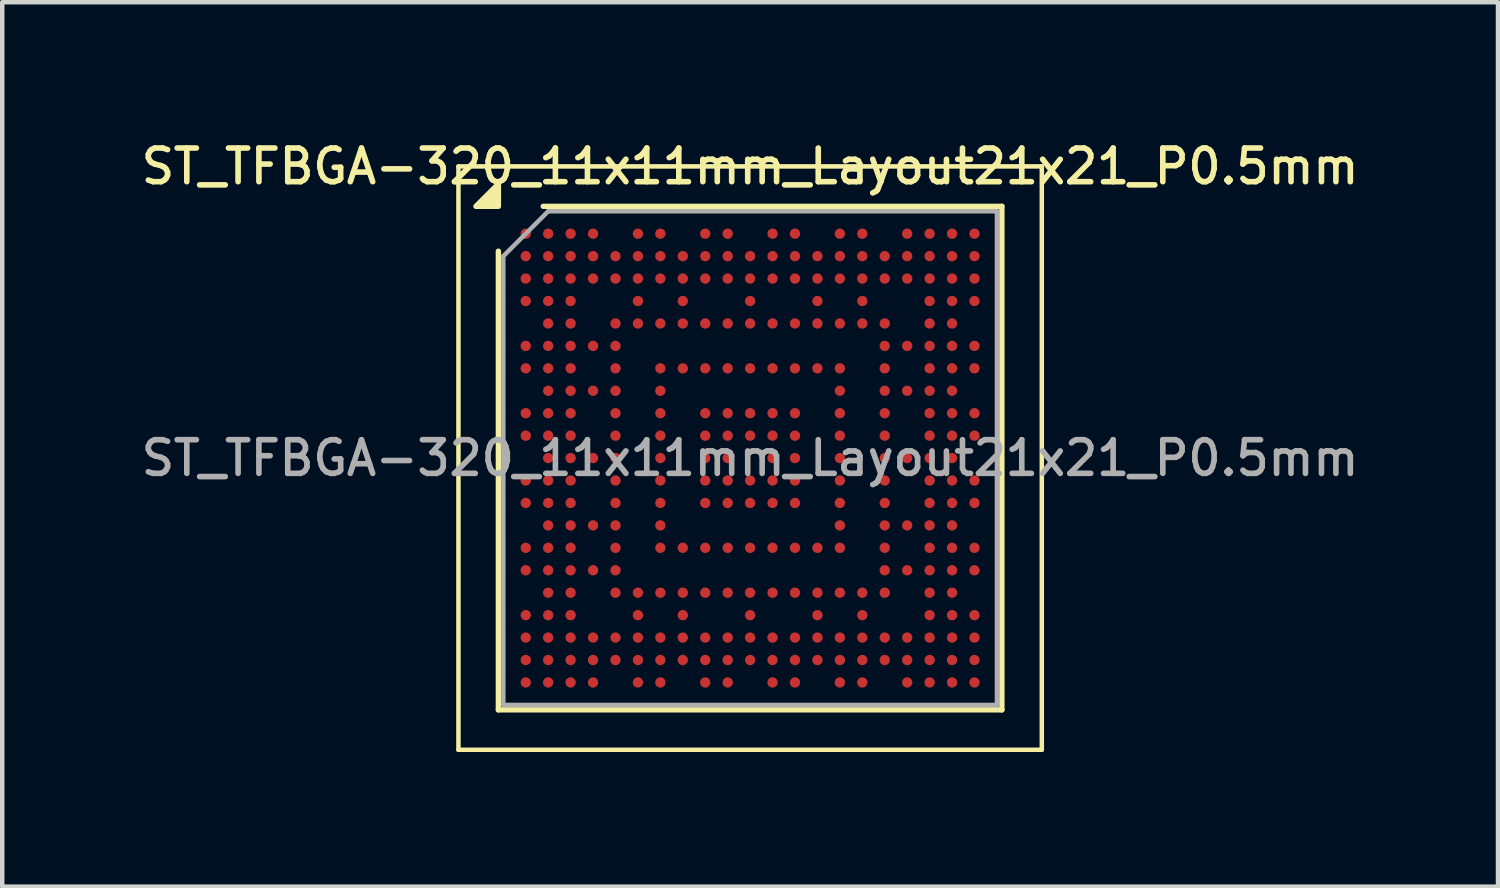
<source format=kicad_pcb>
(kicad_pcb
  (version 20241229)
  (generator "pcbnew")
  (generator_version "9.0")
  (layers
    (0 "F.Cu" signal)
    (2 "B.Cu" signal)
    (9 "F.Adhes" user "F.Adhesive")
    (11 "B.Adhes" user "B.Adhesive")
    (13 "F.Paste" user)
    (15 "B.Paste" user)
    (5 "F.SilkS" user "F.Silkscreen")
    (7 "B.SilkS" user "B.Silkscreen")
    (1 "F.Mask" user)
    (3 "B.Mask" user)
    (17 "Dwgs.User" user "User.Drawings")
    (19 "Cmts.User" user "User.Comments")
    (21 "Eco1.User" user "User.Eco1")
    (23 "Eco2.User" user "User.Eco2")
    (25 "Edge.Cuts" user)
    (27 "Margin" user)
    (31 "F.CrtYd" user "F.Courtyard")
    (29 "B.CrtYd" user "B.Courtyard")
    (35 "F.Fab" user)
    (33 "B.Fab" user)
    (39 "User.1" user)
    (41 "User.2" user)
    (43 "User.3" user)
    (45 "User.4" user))
  (footprint "ST_TFBGA-320_11x11mm_Layout21x21_P0.5mm"
    (layer "F.Cu")
    (at 13.666 7.158)
    (property "Reference" "ST_TFBGA-320_11x11mm_Layout21x21_P0.5mm" (at 0 -6.5 0) (layer "F.SilkS") (effects (font (size 0.75 0.75) (thickness 0.125))))
    (attr smd)
    (fp_line (start -6.5 -6.5) (end -6.5 6.5) (stroke (width 0.1) (type solid)) (layer "F.SilkS"))
    (fp_line (start -6.5 6.5) (end 6.5 6.5) (stroke (width 0.1) (type solid)) (layer "F.SilkS"))
    (fp_line (start -5.61 5.61) (end -5.61 -4.61) (stroke (width 0.12) (type solid)) (layer "F.SilkS"))
    (fp_line (start -4.61 -5.61) (end 5.61 -5.61) (stroke (width 0.12) (type solid)) (layer "F.SilkS"))
    (fp_line (start 5.61 -5.61) (end 5.61 5.61) (stroke (width 0.12) (type solid)) (layer "F.SilkS"))
    (fp_line (start 5.61 5.61) (end -5.61 5.61) (stroke (width 0.12) (type solid)) (layer "F.SilkS"))
    (fp_line (start 6.5 -6.5) (end -6.5 -6.5) (stroke (width 0.1) (type solid)) (layer "F.SilkS"))
    (fp_line (start 6.5 6.5) (end 6.5 -6.5) (stroke (width 0.1) (type solid)) (layer "F.SilkS"))
    (fp_poly (pts (xy -5.61 -5.61) (xy -6.11 -5.61) (xy -5.61 -6.11) (xy -5.61 -5.61)) (stroke (width 0.12) (type solid)) (fill yes) (layer "F.SilkS"))
    (fp_line (start -5.5 -4.5) (end -4.5 -5.5) (stroke (width 0.1) (type solid)) (layer "F.Fab"))
    (fp_line (start -5.5 5.5) (end -5.5 -4.5) (stroke (width 0.1) (type solid)) (layer "F.Fab"))
    (fp_line (start -4.5 -5.5) (end 5.5 -5.5) (stroke (width 0.1) (type solid)) (layer "F.Fab"))
    (fp_line (start 5.5 -5.5) (end 5.5 5.5) (stroke (width 0.1) (type solid)) (layer "F.Fab"))
    (fp_line (start 5.5 5.5) (end -5.5 5.5) (stroke (width 0.1) (type solid)) (layer "F.Fab"))
    (fp_text user "${REFERENCE}" (at 0 0 0) (layer "F.Fab") (effects (font (size 0.75 0.75) (thickness 0.125))))
    (pad "A1" smd circle (at -5 -5) (size 0.23 0.23) (property pad_prop_bga) (layers "F.Cu" "F.Mask" "F.Paste"))
    (pad "A2" smd circle (at -4.5 -5) (size 0.23 0.23) (property pad_prop_bga) (layers "F.Cu" "F.Mask" "F.Paste"))
    (pad "A3" smd circle (at -4 -5) (size 0.23 0.23) (property pad_prop_bga) (layers "F.Cu" "F.Mask" "F.Paste"))
    (pad "A4" smd circle (at -3.5 -5) (size 0.23 0.23) (property pad_prop_bga) (layers "F.Cu" "F.Mask" "F.Paste"))
    (pad "A6" smd circle (at -2.5 -5) (size 0.23 0.23) (property pad_prop_bga) (layers "F.Cu" "F.Mask" "F.Paste"))
    (pad "A7" smd circle (at -2 -5) (size 0.23 0.23) (property pad_prop_bga) (layers "F.Cu" "F.Mask" "F.Paste"))
    (pad "A9" smd circle (at -1 -5) (size 0.23 0.23) (property pad_prop_bga) (layers "F.Cu" "F.Mask" "F.Paste"))
    (pad "A10" smd circle (at -0.5 -5) (size 0.23 0.23) (property pad_prop_bga) (layers "F.Cu" "F.Mask" "F.Paste"))
    (pad "A12" smd circle (at 0.5 -5) (size 0.23 0.23) (property pad_prop_bga) (layers "F.Cu" "F.Mask" "F.Paste"))
    (pad "A13" smd circle (at 1 -5) (size 0.23 0.23) (property pad_prop_bga) (layers "F.Cu" "F.Mask" "F.Paste"))
    (pad "A15" smd circle (at 2 -5) (size 0.23 0.23) (property pad_prop_bga) (layers "F.Cu" "F.Mask" "F.Paste"))
    (pad "A16" smd circle (at 2.5 -5) (size 0.23 0.23) (property pad_prop_bga) (layers "F.Cu" "F.Mask" "F.Paste"))
    (pad "A18" smd circle (at 3.5 -5) (size 0.23 0.23) (property pad_prop_bga) (layers "F.Cu" "F.Mask" "F.Paste"))
    (pad "A19" smd circle (at 4 -5) (size 0.23 0.23) (property pad_prop_bga) (layers "F.Cu" "F.Mask" "F.Paste"))
    (pad "A20" smd circle (at 4.5 -5) (size 0.23 0.23) (property pad_prop_bga) (layers "F.Cu" "F.Mask" "F.Paste"))
    (pad "A21" smd circle (at 5 -5) (size 0.23 0.23) (property pad_prop_bga) (layers "F.Cu" "F.Mask" "F.Paste"))
    (pad "AA1" smd circle (at -5 5) (size 0.23 0.23) (property pad_prop_bga) (layers "F.Cu" "F.Mask" "F.Paste"))
    (pad "AA2" smd circle (at -4.5 5) (size 0.23 0.23) (property pad_prop_bga) (layers "F.Cu" "F.Mask" "F.Paste"))
    (pad "AA3" smd circle (at -4 5) (size 0.23 0.23) (property pad_prop_bga) (layers "F.Cu" "F.Mask" "F.Paste"))
    (pad "AA4" smd circle (at -3.5 5) (size 0.23 0.23) (property pad_prop_bga) (layers "F.Cu" "F.Mask" "F.Paste"))
    (pad "AA6" smd circle (at -2.5 5) (size 0.23 0.23) (property pad_prop_bga) (layers "F.Cu" "F.Mask" "F.Paste"))
    (pad "AA7" smd circle (at -2 5) (size 0.23 0.23) (property pad_prop_bga) (layers "F.Cu" "F.Mask" "F.Paste"))
    (pad "AA9" smd circle (at -1 5) (size 0.23 0.23) (property pad_prop_bga) (layers "F.Cu" "F.Mask" "F.Paste"))
    (pad "AA10" smd circle (at -0.5 5) (size 0.23 0.23) (property pad_prop_bga) (layers "F.Cu" "F.Mask" "F.Paste"))
    (pad "AA12" smd circle (at 0.5 5) (size 0.23 0.23) (property pad_prop_bga) (layers "F.Cu" "F.Mask" "F.Paste"))
    (pad "AA13" smd circle (at 1 5) (size 0.23 0.23) (property pad_prop_bga) (layers "F.Cu" "F.Mask" "F.Paste"))
    (pad "AA15" smd circle (at 2 5) (size 0.23 0.23) (property pad_prop_bga) (layers "F.Cu" "F.Mask" "F.Paste"))
    (pad "AA16" smd circle (at 2.5 5) (size 0.23 0.23) (property pad_prop_bga) (layers "F.Cu" "F.Mask" "F.Paste"))
    (pad "AA18" smd circle (at 3.5 5) (size 0.23 0.23) (property pad_prop_bga) (layers "F.Cu" "F.Mask" "F.Paste"))
    (pad "AA19" smd circle (at 4 5) (size 0.23 0.23) (property pad_prop_bga) (layers "F.Cu" "F.Mask" "F.Paste"))
    (pad "AA20" smd circle (at 4.5 5) (size 0.23 0.23) (property pad_prop_bga) (layers "F.Cu" "F.Mask" "F.Paste"))
    (pad "AA21" smd circle (at 5 5) (size 0.23 0.23) (property pad_prop_bga) (layers "F.Cu" "F.Mask" "F.Paste"))
    (pad "B1" smd circle (at -5 -4.5) (size 0.23 0.23) (property pad_prop_bga) (layers "F.Cu" "F.Mask" "F.Paste"))
    (pad "B2" smd circle (at -4.5 -4.5) (size 0.23 0.23) (property pad_prop_bga) (layers "F.Cu" "F.Mask" "F.Paste"))
    (pad "B3" smd circle (at -4 -4.5) (size 0.23 0.23) (property pad_prop_bga) (layers "F.Cu" "F.Mask" "F.Paste"))
    (pad "B4" smd circle (at -3.5 -4.5) (size 0.23 0.23) (property pad_prop_bga) (layers "F.Cu" "F.Mask" "F.Paste"))
    (pad "B5" smd circle (at -3 -4.5) (size 0.23 0.23) (property pad_prop_bga) (layers "F.Cu" "F.Mask" "F.Paste"))
    (pad "B6" smd circle (at -2.5 -4.5) (size 0.23 0.23) (property pad_prop_bga) (layers "F.Cu" "F.Mask" "F.Paste"))
    (pad "B7" smd circle (at -2 -4.5) (size 0.23 0.23) (property pad_prop_bga) (layers "F.Cu" "F.Mask" "F.Paste"))
    (pad "B8" smd circle (at -1.5 -4.5) (size 0.23 0.23) (property pad_prop_bga) (layers "F.Cu" "F.Mask" "F.Paste"))
    (pad "B9" smd circle (at -1 -4.5) (size 0.23 0.23) (property pad_prop_bga) (layers "F.Cu" "F.Mask" "F.Paste"))
    (pad "B10" smd circle (at -0.5 -4.5) (size 0.23 0.23) (property pad_prop_bga) (layers "F.Cu" "F.Mask" "F.Paste"))
    (pad "B11" smd circle (at 0 -4.5) (size 0.23 0.23) (property pad_prop_bga) (layers "F.Cu" "F.Mask" "F.Paste"))
    (pad "B12" smd circle (at 0.5 -4.5) (size 0.23 0.23) (property pad_prop_bga) (layers "F.Cu" "F.Mask" "F.Paste"))
    (pad "B13" smd circle (at 1 -4.5) (size 0.23 0.23) (property pad_prop_bga) (layers "F.Cu" "F.Mask" "F.Paste"))
    (pad "B14" smd circle (at 1.5 -4.5) (size 0.23 0.23) (property pad_prop_bga) (layers "F.Cu" "F.Mask" "F.Paste"))
    (pad "B15" smd circle (at 2 -4.5) (size 0.23 0.23) (property pad_prop_bga) (layers "F.Cu" "F.Mask" "F.Paste"))
    (pad "B16" smd circle (at 2.5 -4.5) (size 0.23 0.23) (property pad_prop_bga) (layers "F.Cu" "F.Mask" "F.Paste"))
    (pad "B17" smd circle (at 3 -4.5) (size 0.23 0.23) (property pad_prop_bga) (layers "F.Cu" "F.Mask" "F.Paste"))
    (pad "B18" smd circle (at 3.5 -4.5) (size 0.23 0.23) (property pad_prop_bga) (layers "F.Cu" "F.Mask" "F.Paste"))
    (pad "B19" smd circle (at 4 -4.5) (size 0.23 0.23) (property pad_prop_bga) (layers "F.Cu" "F.Mask" "F.Paste"))
    (pad "B20" smd circle (at 4.5 -4.5) (size 0.23 0.23) (property pad_prop_bga) (layers "F.Cu" "F.Mask" "F.Paste"))
    (pad "B21" smd circle (at 5 -4.5) (size 0.23 0.23) (property pad_prop_bga) (layers "F.Cu" "F.Mask" "F.Paste"))
    (pad "C1" smd circle (at -5 -4) (size 0.23 0.23) (property pad_prop_bga) (layers "F.Cu" "F.Mask" "F.Paste"))
    (pad "C2" smd circle (at -4.5 -4) (size 0.23 0.23) (property pad_prop_bga) (layers "F.Cu" "F.Mask" "F.Paste"))
    (pad "C3" smd circle (at -4 -4) (size 0.23 0.23) (property pad_prop_bga) (layers "F.Cu" "F.Mask" "F.Paste"))
    (pad "C4" smd circle (at -3.5 -4) (size 0.23 0.23) (property pad_prop_bga) (layers "F.Cu" "F.Mask" "F.Paste"))
    (pad "C5" smd circle (at -3 -4) (size 0.23 0.23) (property pad_prop_bga) (layers "F.Cu" "F.Mask" "F.Paste"))
    (pad "C6" smd circle (at -2.5 -4) (size 0.23 0.23) (property pad_prop_bga) (layers "F.Cu" "F.Mask" "F.Paste"))
    (pad "C7" smd circle (at -2 -4) (size 0.23 0.23) (property pad_prop_bga) (layers "F.Cu" "F.Mask" "F.Paste"))
    (pad "C8" smd circle (at -1.5 -4) (size 0.23 0.23) (property pad_prop_bga) (layers "F.Cu" "F.Mask" "F.Paste"))
    (pad "C9" smd circle (at -1 -4) (size 0.23 0.23) (property pad_prop_bga) (layers "F.Cu" "F.Mask" "F.Paste"))
    (pad "C10" smd circle (at -0.5 -4) (size 0.23 0.23) (property pad_prop_bga) (layers "F.Cu" "F.Mask" "F.Paste"))
    (pad "C11" smd circle (at 0 -4) (size 0.23 0.23) (property pad_prop_bga) (layers "F.Cu" "F.Mask" "F.Paste"))
    (pad "C12" smd circle (at 0.5 -4) (size 0.23 0.23) (property pad_prop_bga) (layers "F.Cu" "F.Mask" "F.Paste"))
    (pad "C13" smd circle (at 1 -4) (size 0.23 0.23) (property pad_prop_bga) (layers "F.Cu" "F.Mask" "F.Paste"))
    (pad "C14" smd circle (at 1.5 -4) (size 0.23 0.23) (property pad_prop_bga) (layers "F.Cu" "F.Mask" "F.Paste"))
    (pad "C15" smd circle (at 2 -4) (size 0.23 0.23) (property pad_prop_bga) (layers "F.Cu" "F.Mask" "F.Paste"))
    (pad "C16" smd circle (at 2.5 -4) (size 0.23 0.23) (property pad_prop_bga) (layers "F.Cu" "F.Mask" "F.Paste"))
    (pad "C17" smd circle (at 3 -4) (size 0.23 0.23) (property pad_prop_bga) (layers "F.Cu" "F.Mask" "F.Paste"))
    (pad "C18" smd circle (at 3.5 -4) (size 0.23 0.23) (property pad_prop_bga) (layers "F.Cu" "F.Mask" "F.Paste"))
    (pad "C19" smd circle (at 4 -4) (size 0.23 0.23) (property pad_prop_bga) (layers "F.Cu" "F.Mask" "F.Paste"))
    (pad "C20" smd circle (at 4.5 -4) (size 0.23 0.23) (property pad_prop_bga) (layers "F.Cu" "F.Mask" "F.Paste"))
    (pad "C21" smd circle (at 5 -4) (size 0.23 0.23) (property pad_prop_bga) (layers "F.Cu" "F.Mask" "F.Paste"))
    (pad "D1" smd circle (at -5 -3.5) (size 0.23 0.23) (property pad_prop_bga) (layers "F.Cu" "F.Mask" "F.Paste"))
    (pad "D2" smd circle (at -4.5 -3.5) (size 0.23 0.23) (property pad_prop_bga) (layers "F.Cu" "F.Mask" "F.Paste"))
    (pad "D3" smd circle (at -4 -3.5) (size 0.23 0.23) (property pad_prop_bga) (layers "F.Cu" "F.Mask" "F.Paste"))
    (pad "D6" smd circle (at -2.5 -3.5) (size 0.23 0.23) (property pad_prop_bga) (layers "F.Cu" "F.Mask" "F.Paste"))
    (pad "D8" smd circle (at -1.5 -3.5) (size 0.23 0.23) (property pad_prop_bga) (layers "F.Cu" "F.Mask" "F.Paste"))
    (pad "D11" smd circle (at 0 -3.5) (size 0.23 0.23) (property pad_prop_bga) (layers "F.Cu" "F.Mask" "F.Paste"))
    (pad "D14" smd circle (at 1.5 -3.5) (size 0.23 0.23) (property pad_prop_bga) (layers "F.Cu" "F.Mask" "F.Paste"))
    (pad "D16" smd circle (at 2.5 -3.5) (size 0.23 0.23) (property pad_prop_bga) (layers "F.Cu" "F.Mask" "F.Paste"))
    (pad "D19" smd circle (at 4 -3.5) (size 0.23 0.23) (property pad_prop_bga) (layers "F.Cu" "F.Mask" "F.Paste"))
    (pad "D20" smd circle (at 4.5 -3.5) (size 0.23 0.23) (property pad_prop_bga) (layers "F.Cu" "F.Mask" "F.Paste"))
    (pad "D21" smd circle (at 5 -3.5) (size 0.23 0.23) (property pad_prop_bga) (layers "F.Cu" "F.Mask" "F.Paste"))
    (pad "E2" smd circle (at -4.5 -3) (size 0.23 0.23) (property pad_prop_bga) (layers "F.Cu" "F.Mask" "F.Paste"))
    (pad "E3" smd circle (at -4 -3) (size 0.23 0.23) (property pad_prop_bga) (layers "F.Cu" "F.Mask" "F.Paste"))
    (pad "E5" smd circle (at -3 -3) (size 0.23 0.23) (property pad_prop_bga) (layers "F.Cu" "F.Mask" "F.Paste"))
    (pad "E6" smd circle (at -2.5 -3) (size 0.23 0.23) (property pad_prop_bga) (layers "F.Cu" "F.Mask" "F.Paste"))
    (pad "E7" smd circle (at -2 -3) (size 0.23 0.23) (property pad_prop_bga) (layers "F.Cu" "F.Mask" "F.Paste"))
    (pad "E8" smd circle (at -1.5 -3) (size 0.23 0.23) (property pad_prop_bga) (layers "F.Cu" "F.Mask" "F.Paste"))
    (pad "E9" smd circle (at -1 -3) (size 0.23 0.23) (property pad_prop_bga) (layers "F.Cu" "F.Mask" "F.Paste"))
    (pad "E10" smd circle (at -0.5 -3) (size 0.23 0.23) (property pad_prop_bga) (layers "F.Cu" "F.Mask" "F.Paste"))
    (pad "E11" smd circle (at 0 -3) (size 0.23 0.23) (property pad_prop_bga) (layers "F.Cu" "F.Mask" "F.Paste"))
    (pad "E12" smd circle (at 0.5 -3) (size 0.23 0.23) (property pad_prop_bga) (layers "F.Cu" "F.Mask" "F.Paste"))
    (pad "E13" smd circle (at 1 -3) (size 0.23 0.23) (property pad_prop_bga) (layers "F.Cu" "F.Mask" "F.Paste"))
    (pad "E14" smd circle (at 1.5 -3) (size 0.23 0.23) (property pad_prop_bga) (layers "F.Cu" "F.Mask" "F.Paste"))
    (pad "E15" smd circle (at 2 -3) (size 0.23 0.23) (property pad_prop_bga) (layers "F.Cu" "F.Mask" "F.Paste"))
    (pad "E16" smd circle (at 2.5 -3) (size 0.23 0.23) (property pad_prop_bga) (layers "F.Cu" "F.Mask" "F.Paste"))
    (pad "E17" smd circle (at 3 -3) (size 0.23 0.23) (property pad_prop_bga) (layers "F.Cu" "F.Mask" "F.Paste"))
    (pad "E19" smd circle (at 4 -3) (size 0.23 0.23) (property pad_prop_bga) (layers "F.Cu" "F.Mask" "F.Paste"))
    (pad "E20" smd circle (at 4.5 -3) (size 0.23 0.23) (property pad_prop_bga) (layers "F.Cu" "F.Mask" "F.Paste"))
    (pad "F1" smd circle (at -5 -2.5) (size 0.23 0.23) (property pad_prop_bga) (layers "F.Cu" "F.Mask" "F.Paste"))
    (pad "F2" smd circle (at -4.5 -2.5) (size 0.23 0.23) (property pad_prop_bga) (layers "F.Cu" "F.Mask" "F.Paste"))
    (pad "F3" smd circle (at -4 -2.5) (size 0.23 0.23) (property pad_prop_bga) (layers "F.Cu" "F.Mask" "F.Paste"))
    (pad "F4" smd circle (at -3.5 -2.5) (size 0.23 0.23) (property pad_prop_bga) (layers "F.Cu" "F.Mask" "F.Paste"))
    (pad "F5" smd circle (at -3 -2.5) (size 0.23 0.23) (property pad_prop_bga) (layers "F.Cu" "F.Mask" "F.Paste"))
    (pad "F17" smd circle (at 3 -2.5) (size 0.23 0.23) (property pad_prop_bga) (layers "F.Cu" "F.Mask" "F.Paste"))
    (pad "F18" smd circle (at 3.5 -2.5) (size 0.23 0.23) (property pad_prop_bga) (layers "F.Cu" "F.Mask" "F.Paste"))
    (pad "F19" smd circle (at 4 -2.5) (size 0.23 0.23) (property pad_prop_bga) (layers "F.Cu" "F.Mask" "F.Paste"))
    (pad "F20" smd circle (at 4.5 -2.5) (size 0.23 0.23) (property pad_prop_bga) (layers "F.Cu" "F.Mask" "F.Paste"))
    (pad "F21" smd circle (at 5 -2.5) (size 0.23 0.23) (property pad_prop_bga) (layers "F.Cu" "F.Mask" "F.Paste"))
    (pad "G1" smd circle (at -5 -2) (size 0.23 0.23) (property pad_prop_bga) (layers "F.Cu" "F.Mask" "F.Paste"))
    (pad "G2" smd circle (at -4.5 -2) (size 0.23 0.23) (property pad_prop_bga) (layers "F.Cu" "F.Mask" "F.Paste"))
    (pad "G3" smd circle (at -4 -2) (size 0.23 0.23) (property pad_prop_bga) (layers "F.Cu" "F.Mask" "F.Paste"))
    (pad "G5" smd circle (at -3 -2) (size 0.23 0.23) (property pad_prop_bga) (layers "F.Cu" "F.Mask" "F.Paste"))
    (pad "G7" smd circle (at -2 -2) (size 0.23 0.23) (property pad_prop_bga) (layers "F.Cu" "F.Mask" "F.Paste"))
    (pad "G8" smd circle (at -1.5 -2) (size 0.23 0.23) (property pad_prop_bga) (layers "F.Cu" "F.Mask" "F.Paste"))
    (pad "G9" smd circle (at -1 -2) (size 0.23 0.23) (property pad_prop_bga) (layers "F.Cu" "F.Mask" "F.Paste"))
    (pad "G10" smd circle (at -0.5 -2) (size 0.23 0.23) (property pad_prop_bga) (layers "F.Cu" "F.Mask" "F.Paste"))
    (pad "G11" smd circle (at 0 -2) (size 0.23 0.23) (property pad_prop_bga) (layers "F.Cu" "F.Mask" "F.Paste"))
    (pad "G12" smd circle (at 0.5 -2) (size 0.23 0.23) (property pad_prop_bga) (layers "F.Cu" "F.Mask" "F.Paste"))
    (pad "G13" smd circle (at 1 -2) (size 0.23 0.23) (property pad_prop_bga) (layers "F.Cu" "F.Mask" "F.Paste"))
    (pad "G14" smd circle (at 1.5 -2) (size 0.23 0.23) (property pad_prop_bga) (layers "F.Cu" "F.Mask" "F.Paste"))
    (pad "G15" smd circle (at 2 -2) (size 0.23 0.23) (property pad_prop_bga) (layers "F.Cu" "F.Mask" "F.Paste"))
    (pad "G17" smd circle (at 3 -2) (size 0.23 0.23) (property pad_prop_bga) (layers "F.Cu" "F.Mask" "F.Paste"))
    (pad "G19" smd circle (at 4 -2) (size 0.23 0.23) (property pad_prop_bga) (layers "F.Cu" "F.Mask" "F.Paste"))
    (pad "G20" smd circle (at 4.5 -2) (size 0.23 0.23) (property pad_prop_bga) (layers "F.Cu" "F.Mask" "F.Paste"))
    (pad "G21" smd circle (at 5 -2) (size 0.23 0.23) (property pad_prop_bga) (layers "F.Cu" "F.Mask" "F.Paste"))
    (pad "H2" smd circle (at -4.5 -1.5) (size 0.23 0.23) (property pad_prop_bga) (layers "F.Cu" "F.Mask" "F.Paste"))
    (pad "H3" smd circle (at -4 -1.5) (size 0.23 0.23) (property pad_prop_bga) (layers "F.Cu" "F.Mask" "F.Paste"))
    (pad "H4" smd circle (at -3.5 -1.5) (size 0.23 0.23) (property pad_prop_bga) (layers "F.Cu" "F.Mask" "F.Paste"))
    (pad "H5" smd circle (at -3 -1.5) (size 0.23 0.23) (property pad_prop_bga) (layers "F.Cu" "F.Mask" "F.Paste"))
    (pad "H7" smd circle (at -2 -1.5) (size 0.23 0.23) (property pad_prop_bga) (layers "F.Cu" "F.Mask" "F.Paste"))
    (pad "H15" smd circle (at 2 -1.5) (size 0.23 0.23) (property pad_prop_bga) (layers "F.Cu" "F.Mask" "F.Paste"))
    (pad "H17" smd circle (at 3 -1.5) (size 0.23 0.23) (property pad_prop_bga) (layers "F.Cu" "F.Mask" "F.Paste"))
    (pad "H18" smd circle (at 3.5 -1.5) (size 0.23 0.23) (property pad_prop_bga) (layers "F.Cu" "F.Mask" "F.Paste"))
    (pad "H19" smd circle (at 4 -1.5) (size 0.23 0.23) (property pad_prop_bga) (layers "F.Cu" "F.Mask" "F.Paste"))
    (pad "H20" smd circle (at 4.5 -1.5) (size 0.23 0.23) (property pad_prop_bga) (layers "F.Cu" "F.Mask" "F.Paste"))
    (pad "J1" smd circle (at -5 -1) (size 0.23 0.23) (property pad_prop_bga) (layers "F.Cu" "F.Mask" "F.Paste"))
    (pad "J2" smd circle (at -4.5 -1) (size 0.23 0.23) (property pad_prop_bga) (layers "F.Cu" "F.Mask" "F.Paste"))
    (pad "J3" smd circle (at -4 -1) (size 0.23 0.23) (property pad_prop_bga) (layers "F.Cu" "F.Mask" "F.Paste"))
    (pad "J5" smd circle (at -3 -1) (size 0.23 0.23) (property pad_prop_bga) (layers "F.Cu" "F.Mask" "F.Paste"))
    (pad "J7" smd circle (at -2 -1) (size 0.23 0.23) (property pad_prop_bga) (layers "F.Cu" "F.Mask" "F.Paste"))
    (pad "J9" smd circle (at -1 -1) (size 0.23 0.23) (property pad_prop_bga) (layers "F.Cu" "F.Mask" "F.Paste"))
    (pad "J10" smd circle (at -0.5 -1) (size 0.23 0.23) (property pad_prop_bga) (layers "F.Cu" "F.Mask" "F.Paste"))
    (pad "J11" smd circle (at 0 -1) (size 0.23 0.23) (property pad_prop_bga) (layers "F.Cu" "F.Mask" "F.Paste"))
    (pad "J12" smd circle (at 0.5 -1) (size 0.23 0.23) (property pad_prop_bga) (layers "F.Cu" "F.Mask" "F.Paste"))
    (pad "J13" smd circle (at 1 -1) (size 0.23 0.23) (property pad_prop_bga) (layers "F.Cu" "F.Mask" "F.Paste"))
    (pad "J15" smd circle (at 2 -1) (size 0.23 0.23) (property pad_prop_bga) (layers "F.Cu" "F.Mask" "F.Paste"))
    (pad "J17" smd circle (at 3 -1) (size 0.23 0.23) (property pad_prop_bga) (layers "F.Cu" "F.Mask" "F.Paste"))
    (pad "J19" smd circle (at 4 -1) (size 0.23 0.23) (property pad_prop_bga) (layers "F.Cu" "F.Mask" "F.Paste"))
    (pad "J20" smd circle (at 4.5 -1) (size 0.23 0.23) (property pad_prop_bga) (layers "F.Cu" "F.Mask" "F.Paste"))
    (pad "J21" smd circle (at 5 -1) (size 0.23 0.23) (property pad_prop_bga) (layers "F.Cu" "F.Mask" "F.Paste"))
    (pad "K1" smd circle (at -5 -0.5) (size 0.23 0.23) (property pad_prop_bga) (layers "F.Cu" "F.Mask" "F.Paste"))
    (pad "K2" smd circle (at -4.5 -0.5) (size 0.23 0.23) (property pad_prop_bga) (layers "F.Cu" "F.Mask" "F.Paste"))
    (pad "K3" smd circle (at -4 -0.5) (size 0.23 0.23) (property pad_prop_bga) (layers "F.Cu" "F.Mask" "F.Paste"))
    (pad "K5" smd circle (at -3 -0.5) (size 0.23 0.23) (property pad_prop_bga) (layers "F.Cu" "F.Mask" "F.Paste"))
    (pad "K7" smd circle (at -2 -0.5) (size 0.23 0.23) (property pad_prop_bga) (layers "F.Cu" "F.Mask" "F.Paste"))
    (pad "K9" smd circle (at -1 -0.5) (size 0.23 0.23) (property pad_prop_bga) (layers "F.Cu" "F.Mask" "F.Paste"))
    (pad "K10" smd circle (at -0.5 -0.5) (size 0.23 0.23) (property pad_prop_bga) (layers "F.Cu" "F.Mask" "F.Paste"))
    (pad "K11" smd circle (at 0 -0.5) (size 0.23 0.23) (property pad_prop_bga) (layers "F.Cu" "F.Mask" "F.Paste"))
    (pad "K12" smd circle (at 0.5 -0.5) (size 0.23 0.23) (property pad_prop_bga) (layers "F.Cu" "F.Mask" "F.Paste"))
    (pad "K13" smd circle (at 1 -0.5) (size 0.23 0.23) (property pad_prop_bga) (layers "F.Cu" "F.Mask" "F.Paste"))
    (pad "K15" smd circle (at 2 -0.5) (size 0.23 0.23) (property pad_prop_bga) (layers "F.Cu" "F.Mask" "F.Paste"))
    (pad "K17" smd circle (at 3 -0.5) (size 0.23 0.23) (property pad_prop_bga) (layers "F.Cu" "F.Mask" "F.Paste"))
    (pad "K19" smd circle (at 4 -0.5) (size 0.23 0.23) (property pad_prop_bga) (layers "F.Cu" "F.Mask" "F.Paste"))
    (pad "K20" smd circle (at 4.5 -0.5) (size 0.23 0.23) (property pad_prop_bga) (layers "F.Cu" "F.Mask" "F.Paste"))
    (pad "K21" smd circle (at 5 -0.5) (size 0.23 0.23) (property pad_prop_bga) (layers "F.Cu" "F.Mask" "F.Paste"))
    (pad "L2" smd circle (at -4.5 0) (size 0.23 0.23) (property pad_prop_bga) (layers "F.Cu" "F.Mask" "F.Paste"))
    (pad "L3" smd circle (at -4 0) (size 0.23 0.23) (property pad_prop_bga) (layers "F.Cu" "F.Mask" "F.Paste"))
    (pad "L4" smd circle (at -3.5 0) (size 0.23 0.23) (property pad_prop_bga) (layers "F.Cu" "F.Mask" "F.Paste"))
    (pad "L5" smd circle (at -3 0) (size 0.23 0.23) (property pad_prop_bga) (layers "F.Cu" "F.Mask" "F.Paste"))
    (pad "L7" smd circle (at -2 0) (size 0.23 0.23) (property pad_prop_bga) (layers "F.Cu" "F.Mask" "F.Paste"))
    (pad "L9" smd circle (at -1 0) (size 0.23 0.23) (property pad_prop_bga) (layers "F.Cu" "F.Mask" "F.Paste"))
    (pad "L10" smd circle (at -0.5 0) (size 0.23 0.23) (property pad_prop_bga) (layers "F.Cu" "F.Mask" "F.Paste"))
    (pad "L12" smd circle (at 0.5 0) (size 0.23 0.23) (property pad_prop_bga) (layers "F.Cu" "F.Mask" "F.Paste"))
    (pad "L13" smd circle (at 1 0) (size 0.23 0.23) (property pad_prop_bga) (layers "F.Cu" "F.Mask" "F.Paste"))
    (pad "L15" smd circle (at 2 0) (size 0.23 0.23) (property pad_prop_bga) (layers "F.Cu" "F.Mask" "F.Paste"))
    (pad "L17" smd circle (at 3 0) (size 0.23 0.23) (property pad_prop_bga) (layers "F.Cu" "F.Mask" "F.Paste"))
    (pad "L18" smd circle (at 3.5 0) (size 0.23 0.23) (property pad_prop_bga) (layers "F.Cu" "F.Mask" "F.Paste"))
    (pad "L19" smd circle (at 4 0) (size 0.23 0.23) (property pad_prop_bga) (layers "F.Cu" "F.Mask" "F.Paste"))
    (pad "L20" smd circle (at 4.5 0) (size 0.23 0.23) (property pad_prop_bga) (layers "F.Cu" "F.Mask" "F.Paste"))
    (pad "M1" smd circle (at -5 0.5) (size 0.23 0.23) (property pad_prop_bga) (layers "F.Cu" "F.Mask" "F.Paste"))
    (pad "M2" smd circle (at -4.5 0.5) (size 0.23 0.23) (property pad_prop_bga) (layers "F.Cu" "F.Mask" "F.Paste"))
    (pad "M3" smd circle (at -4 0.5) (size 0.23 0.23) (property pad_prop_bga) (layers "F.Cu" "F.Mask" "F.Paste"))
    (pad "M5" smd circle (at -3 0.5) (size 0.23 0.23) (property pad_prop_bga) (layers "F.Cu" "F.Mask" "F.Paste"))
    (pad "M7" smd circle (at -2 0.5) (size 0.23 0.23) (property pad_prop_bga) (layers "F.Cu" "F.Mask" "F.Paste"))
    (pad "M9" smd circle (at -1 0.5) (size 0.23 0.23) (property pad_prop_bga) (layers "F.Cu" "F.Mask" "F.Paste"))
    (pad "M10" smd circle (at -0.5 0.5) (size 0.23 0.23) (property pad_prop_bga) (layers "F.Cu" "F.Mask" "F.Paste"))
    (pad "M11" smd circle (at 0 0.5) (size 0.23 0.23) (property pad_prop_bga) (layers "F.Cu" "F.Mask" "F.Paste"))
    (pad "M12" smd circle (at 0.5 0.5) (size 0.23 0.23) (property pad_prop_bga) (layers "F.Cu" "F.Mask" "F.Paste"))
    (pad "M13" smd circle (at 1 0.5) (size 0.23 0.23) (property pad_prop_bga) (layers "F.Cu" "F.Mask" "F.Paste"))
    (pad "M15" smd circle (at 2 0.5) (size 0.23 0.23) (property pad_prop_bga) (layers "F.Cu" "F.Mask" "F.Paste"))
    (pad "M17" smd circle (at 3 0.5) (size 0.23 0.23) (property pad_prop_bga) (layers "F.Cu" "F.Mask" "F.Paste"))
    (pad "M19" smd circle (at 4 0.5) (size 0.23 0.23) (property pad_prop_bga) (layers "F.Cu" "F.Mask" "F.Paste"))
    (pad "M20" smd circle (at 4.5 0.5) (size 0.23 0.23) (property pad_prop_bga) (layers "F.Cu" "F.Mask" "F.Paste"))
    (pad "M21" smd circle (at 5 0.5) (size 0.23 0.23) (property pad_prop_bga) (layers "F.Cu" "F.Mask" "F.Paste"))
    (pad "N1" smd circle (at -5 1) (size 0.23 0.23) (property pad_prop_bga) (layers "F.Cu" "F.Mask" "F.Paste"))
    (pad "N2" smd circle (at -4.5 1) (size 0.23 0.23) (property pad_prop_bga) (layers "F.Cu" "F.Mask" "F.Paste"))
    (pad "N3" smd circle (at -4 1) (size 0.23 0.23) (property pad_prop_bga) (layers "F.Cu" "F.Mask" "F.Paste"))
    (pad "N5" smd circle (at -3 1) (size 0.23 0.23) (property pad_prop_bga) (layers "F.Cu" "F.Mask" "F.Paste"))
    (pad "N7" smd circle (at -2 1) (size 0.23 0.23) (property pad_prop_bga) (layers "F.Cu" "F.Mask" "F.Paste"))
    (pad "N9" smd circle (at -1 1) (size 0.23 0.23) (property pad_prop_bga) (layers "F.Cu" "F.Mask" "F.Paste"))
    (pad "N10" smd circle (at -0.5 1) (size 0.23 0.23) (property pad_prop_bga) (layers "F.Cu" "F.Mask" "F.Paste"))
    (pad "N11" smd circle (at 0 1) (size 0.23 0.23) (property pad_prop_bga) (layers "F.Cu" "F.Mask" "F.Paste"))
    (pad "N12" smd circle (at 0.5 1) (size 0.23 0.23) (property pad_prop_bga) (layers "F.Cu" "F.Mask" "F.Paste"))
    (pad "N13" smd circle (at 1 1) (size 0.23 0.23) (property pad_prop_bga) (layers "F.Cu" "F.Mask" "F.Paste"))
    (pad "N15" smd circle (at 2 1) (size 0.23 0.23) (property pad_prop_bga) (layers "F.Cu" "F.Mask" "F.Paste"))
    (pad "N17" smd circle (at 3 1) (size 0.23 0.23) (property pad_prop_bga) (layers "F.Cu" "F.Mask" "F.Paste"))
    (pad "N19" smd circle (at 4 1) (size 0.23 0.23) (property pad_prop_bga) (layers "F.Cu" "F.Mask" "F.Paste"))
    (pad "N20" smd circle (at 4.5 1) (size 0.23 0.23) (property pad_prop_bga) (layers "F.Cu" "F.Mask" "F.Paste"))
    (pad "N21" smd circle (at 5 1) (size 0.23 0.23) (property pad_prop_bga) (layers "F.Cu" "F.Mask" "F.Paste"))
    (pad "P2" smd circle (at -4.5 1.5) (size 0.23 0.23) (property pad_prop_bga) (layers "F.Cu" "F.Mask" "F.Paste"))
    (pad "P3" smd circle (at -4 1.5) (size 0.23 0.23) (property pad_prop_bga) (layers "F.Cu" "F.Mask" "F.Paste"))
    (pad "P4" smd circle (at -3.5 1.5) (size 0.23 0.23) (property pad_prop_bga) (layers "F.Cu" "F.Mask" "F.Paste"))
    (pad "P5" smd circle (at -3 1.5) (size 0.23 0.23) (property pad_prop_bga) (layers "F.Cu" "F.Mask" "F.Paste"))
    (pad "P7" smd circle (at -2 1.5) (size 0.23 0.23) (property pad_prop_bga) (layers "F.Cu" "F.Mask" "F.Paste"))
    (pad "P15" smd circle (at 2 1.5) (size 0.23 0.23) (property pad_prop_bga) (layers "F.Cu" "F.Mask" "F.Paste"))
    (pad "P17" smd circle (at 3 1.5) (size 0.23 0.23) (property pad_prop_bga) (layers "F.Cu" "F.Mask" "F.Paste"))
    (pad "P18" smd circle (at 3.5 1.5) (size 0.23 0.23) (property pad_prop_bga) (layers "F.Cu" "F.Mask" "F.Paste"))
    (pad "P19" smd circle (at 4 1.5) (size 0.23 0.23) (property pad_prop_bga) (layers "F.Cu" "F.Mask" "F.Paste"))
    (pad "P20" smd circle (at 4.5 1.5) (size 0.23 0.23) (property pad_prop_bga) (layers "F.Cu" "F.Mask" "F.Paste"))
    (pad "R1" smd circle (at -5 2) (size 0.23 0.23) (property pad_prop_bga) (layers "F.Cu" "F.Mask" "F.Paste"))
    (pad "R2" smd circle (at -4.5 2) (size 0.23 0.23) (property pad_prop_bga) (layers "F.Cu" "F.Mask" "F.Paste"))
    (pad "R3" smd circle (at -4 2) (size 0.23 0.23) (property pad_prop_bga) (layers "F.Cu" "F.Mask" "F.Paste"))
    (pad "R5" smd circle (at -3 2) (size 0.23 0.23) (property pad_prop_bga) (layers "F.Cu" "F.Mask" "F.Paste"))
    (pad "R7" smd circle (at -2 2) (size 0.23 0.23) (property pad_prop_bga) (layers "F.Cu" "F.Mask" "F.Paste"))
    (pad "R8" smd circle (at -1.5 2) (size 0.23 0.23) (property pad_prop_bga) (layers "F.Cu" "F.Mask" "F.Paste"))
    (pad "R9" smd circle (at -1 2) (size 0.23 0.23) (property pad_prop_bga) (layers "F.Cu" "F.Mask" "F.Paste"))
    (pad "R10" smd circle (at -0.5 2) (size 0.23 0.23) (property pad_prop_bga) (layers "F.Cu" "F.Mask" "F.Paste"))
    (pad "R11" smd circle (at 0 2) (size 0.23 0.23) (property pad_prop_bga) (layers "F.Cu" "F.Mask" "F.Paste"))
    (pad "R12" smd circle (at 0.5 2) (size 0.23 0.23) (property pad_prop_bga) (layers "F.Cu" "F.Mask" "F.Paste"))
    (pad "R13" smd circle (at 1 2) (size 0.23 0.23) (property pad_prop_bga) (layers "F.Cu" "F.Mask" "F.Paste"))
    (pad "R14" smd circle (at 1.5 2) (size 0.23 0.23) (property pad_prop_bga) (layers "F.Cu" "F.Mask" "F.Paste"))
    (pad "R15" smd circle (at 2 2) (size 0.23 0.23) (property pad_prop_bga) (layers "F.Cu" "F.Mask" "F.Paste"))
    (pad "R17" smd circle (at 3 2) (size 0.23 0.23) (property pad_prop_bga) (layers "F.Cu" "F.Mask" "F.Paste"))
    (pad "R19" smd circle (at 4 2) (size 0.23 0.23) (property pad_prop_bga) (layers "F.Cu" "F.Mask" "F.Paste"))
    (pad "R20" smd circle (at 4.5 2) (size 0.23 0.23) (property pad_prop_bga) (layers "F.Cu" "F.Mask" "F.Paste"))
    (pad "R21" smd circle (at 5 2) (size 0.23 0.23) (property pad_prop_bga) (layers "F.Cu" "F.Mask" "F.Paste"))
    (pad "T1" smd circle (at -5 2.5) (size 0.23 0.23) (property pad_prop_bga) (layers "F.Cu" "F.Mask" "F.Paste"))
    (pad "T2" smd circle (at -4.5 2.5) (size 0.23 0.23) (property pad_prop_bga) (layers "F.Cu" "F.Mask" "F.Paste"))
    (pad "T3" smd circle (at -4 2.5) (size 0.23 0.23) (property pad_prop_bga) (layers "F.Cu" "F.Mask" "F.Paste"))
    (pad "T4" smd circle (at -3.5 2.5) (size 0.23 0.23) (property pad_prop_bga) (layers "F.Cu" "F.Mask" "F.Paste"))
    (pad "T5" smd circle (at -3 2.5) (size 0.23 0.23) (property pad_prop_bga) (layers "F.Cu" "F.Mask" "F.Paste"))
    (pad "T17" smd circle (at 3 2.5) (size 0.23 0.23) (property pad_prop_bga) (layers "F.Cu" "F.Mask" "F.Paste"))
    (pad "T18" smd circle (at 3.5 2.5) (size 0.23 0.23) (property pad_prop_bga) (layers "F.Cu" "F.Mask" "F.Paste"))
    (pad "T19" smd circle (at 4 2.5) (size 0.23 0.23) (property pad_prop_bga) (layers "F.Cu" "F.Mask" "F.Paste"))
    (pad "T20" smd circle (at 4.5 2.5) (size 0.23 0.23) (property pad_prop_bga) (layers "F.Cu" "F.Mask" "F.Paste"))
    (pad "T21" smd circle (at 5 2.5) (size 0.23 0.23) (property pad_prop_bga) (layers "F.Cu" "F.Mask" "F.Paste"))
    (pad "U2" smd circle (at -4.5 3) (size 0.23 0.23) (property pad_prop_bga) (layers "F.Cu" "F.Mask" "F.Paste"))
    (pad "U3" smd circle (at -4 3) (size 0.23 0.23) (property pad_prop_bga) (layers "F.Cu" "F.Mask" "F.Paste"))
    (pad "U5" smd circle (at -3 3) (size 0.23 0.23) (property pad_prop_bga) (layers "F.Cu" "F.Mask" "F.Paste"))
    (pad "U6" smd circle (at -2.5 3) (size 0.23 0.23) (property pad_prop_bga) (layers "F.Cu" "F.Mask" "F.Paste"))
    (pad "U7" smd circle (at -2 3) (size 0.23 0.23) (property pad_prop_bga) (layers "F.Cu" "F.Mask" "F.Paste"))
    (pad "U8" smd circle (at -1.5 3) (size 0.23 0.23) (property pad_prop_bga) (layers "F.Cu" "F.Mask" "F.Paste"))
    (pad "U9" smd circle (at -1 3) (size 0.23 0.23) (property pad_prop_bga) (layers "F.Cu" "F.Mask" "F.Paste"))
    (pad "U10" smd circle (at -0.5 3) (size 0.23 0.23) (property pad_prop_bga) (layers "F.Cu" "F.Mask" "F.Paste"))
    (pad "U11" smd circle (at 0 3) (size 0.23 0.23) (property pad_prop_bga) (layers "F.Cu" "F.Mask" "F.Paste"))
    (pad "U12" smd circle (at 0.5 3) (size 0.23 0.23) (property pad_prop_bga) (layers "F.Cu" "F.Mask" "F.Paste"))
    (pad "U13" smd circle (at 1 3) (size 0.23 0.23) (property pad_prop_bga) (layers "F.Cu" "F.Mask" "F.Paste"))
    (pad "U14" smd circle (at 1.5 3) (size 0.23 0.23) (property pad_prop_bga) (layers "F.Cu" "F.Mask" "F.Paste"))
    (pad "U15" smd circle (at 2 3) (size 0.23 0.23) (property pad_prop_bga) (layers "F.Cu" "F.Mask" "F.Paste"))
    (pad "U16" smd circle (at 2.5 3) (size 0.23 0.23) (property pad_prop_bga) (layers "F.Cu" "F.Mask" "F.Paste"))
    (pad "U17" smd circle (at 3 3) (size 0.23 0.23) (property pad_prop_bga) (layers "F.Cu" "F.Mask" "F.Paste"))
    (pad "U19" smd circle (at 4 3) (size 0.23 0.23) (property pad_prop_bga) (layers "F.Cu" "F.Mask" "F.Paste"))
    (pad "U20" smd circle (at 4.5 3) (size 0.23 0.23) (property pad_prop_bga) (layers "F.Cu" "F.Mask" "F.Paste"))
    (pad "V1" smd circle (at -5 3.5) (size 0.23 0.23) (property pad_prop_bga) (layers "F.Cu" "F.Mask" "F.Paste"))
    (pad "V2" smd circle (at -4.5 3.5) (size 0.23 0.23) (property pad_prop_bga) (layers "F.Cu" "F.Mask" "F.Paste"))
    (pad "V3" smd circle (at -4 3.5) (size 0.23 0.23) (property pad_prop_bga) (layers "F.Cu" "F.Mask" "F.Paste"))
    (pad "V6" smd circle (at -2.5 3.5) (size 0.23 0.23) (property pad_prop_bga) (layers "F.Cu" "F.Mask" "F.Paste"))
    (pad "V8" smd circle (at -1.5 3.5) (size 0.23 0.23) (property pad_prop_bga) (layers "F.Cu" "F.Mask" "F.Paste"))
    (pad "V11" smd circle (at 0 3.5) (size 0.23 0.23) (property pad_prop_bga) (layers "F.Cu" "F.Mask" "F.Paste"))
    (pad "V14" smd circle (at 1.5 3.5) (size 0.23 0.23) (property pad_prop_bga) (layers "F.Cu" "F.Mask" "F.Paste"))
    (pad "V16" smd circle (at 2.5 3.5) (size 0.23 0.23) (property pad_prop_bga) (layers "F.Cu" "F.Mask" "F.Paste"))
    (pad "V19" smd circle (at 4 3.5) (size 0.23 0.23) (property pad_prop_bga) (layers "F.Cu" "F.Mask" "F.Paste"))
    (pad "V20" smd circle (at 4.5 3.5) (size 0.23 0.23) (property pad_prop_bga) (layers "F.Cu" "F.Mask" "F.Paste"))
    (pad "V21" smd circle (at 5 3.5) (size 0.23 0.23) (property pad_prop_bga) (layers "F.Cu" "F.Mask" "F.Paste"))
    (pad "W1" smd circle (at -5 4) (size 0.23 0.23) (property pad_prop_bga) (layers "F.Cu" "F.Mask" "F.Paste"))
    (pad "W2" smd circle (at -4.5 4) (size 0.23 0.23) (property pad_prop_bga) (layers "F.Cu" "F.Mask" "F.Paste"))
    (pad "W3" smd circle (at -4 4) (size 0.23 0.23) (property pad_prop_bga) (layers "F.Cu" "F.Mask" "F.Paste"))
    (pad "W4" smd circle (at -3.5 4) (size 0.23 0.23) (property pad_prop_bga) (layers "F.Cu" "F.Mask" "F.Paste"))
    (pad "W5" smd circle (at -3 4) (size 0.23 0.23) (property pad_prop_bga) (layers "F.Cu" "F.Mask" "F.Paste"))
    (pad "W6" smd circle (at -2.5 4) (size 0.23 0.23) (property pad_prop_bga) (layers "F.Cu" "F.Mask" "F.Paste"))
    (pad "W7" smd circle (at -2 4) (size 0.23 0.23) (property pad_prop_bga) (layers "F.Cu" "F.Mask" "F.Paste"))
    (pad "W8" smd circle (at -1.5 4) (size 0.23 0.23) (property pad_prop_bga) (layers "F.Cu" "F.Mask" "F.Paste"))
    (pad "W9" smd circle (at -1 4) (size 0.23 0.23) (property pad_prop_bga) (layers "F.Cu" "F.Mask" "F.Paste"))
    (pad "W10" smd circle (at -0.5 4) (size 0.23 0.23) (property pad_prop_bga) (layers "F.Cu" "F.Mask" "F.Paste"))
    (pad "W11" smd circle (at 0 4) (size 0.23 0.23) (property pad_prop_bga) (layers "F.Cu" "F.Mask" "F.Paste"))
    (pad "W12" smd circle (at 0.5 4) (size 0.23 0.23) (property pad_prop_bga) (layers "F.Cu" "F.Mask" "F.Paste"))
    (pad "W13" smd circle (at 1 4) (size 0.23 0.23) (property pad_prop_bga) (layers "F.Cu" "F.Mask" "F.Paste"))
    (pad "W14" smd circle (at 1.5 4) (size 0.23 0.23) (property pad_prop_bga) (layers "F.Cu" "F.Mask" "F.Paste"))
    (pad "W15" smd circle (at 2 4) (size 0.23 0.23) (property pad_prop_bga) (layers "F.Cu" "F.Mask" "F.Paste"))
    (pad "W16" smd circle (at 2.5 4) (size 0.23 0.23) (property pad_prop_bga) (layers "F.Cu" "F.Mask" "F.Paste"))
    (pad "W17" smd circle (at 3 4) (size 0.23 0.23) (property pad_prop_bga) (layers "F.Cu" "F.Mask" "F.Paste"))
    (pad "W18" smd circle (at 3.5 4) (size 0.23 0.23) (property pad_prop_bga) (layers "F.Cu" "F.Mask" "F.Paste"))
    (pad "W19" smd circle (at 4 4) (size 0.23 0.23) (property pad_prop_bga) (layers "F.Cu" "F.Mask" "F.Paste"))
    (pad "W20" smd circle (at 4.5 4) (size 0.23 0.23) (property pad_prop_bga) (layers "F.Cu" "F.Mask" "F.Paste"))
    (pad "W21" smd circle (at 5 4) (size 0.23 0.23) (property pad_prop_bga) (layers "F.Cu" "F.Mask" "F.Paste"))
    (pad "Y1" smd circle (at -5 4.5) (size 0.23 0.23) (property pad_prop_bga) (layers "F.Cu" "F.Mask" "F.Paste"))
    (pad "Y2" smd circle (at -4.5 4.5) (size 0.23 0.23) (property pad_prop_bga) (layers "F.Cu" "F.Mask" "F.Paste"))
    (pad "Y3" smd circle (at -4 4.5) (size 0.23 0.23) (property pad_prop_bga) (layers "F.Cu" "F.Mask" "F.Paste"))
    (pad "Y4" smd circle (at -3.5 4.5) (size 0.23 0.23) (property pad_prop_bga) (layers "F.Cu" "F.Mask" "F.Paste"))
    (pad "Y5" smd circle (at -3 4.5) (size 0.23 0.23) (property pad_prop_bga) (layers "F.Cu" "F.Mask" "F.Paste"))
    (pad "Y6" smd circle (at -2.5 4.5) (size 0.23 0.23) (property pad_prop_bga) (layers "F.Cu" "F.Mask" "F.Paste"))
    (pad "Y7" smd circle (at -2 4.5) (size 0.23 0.23) (property pad_prop_bga) (layers "F.Cu" "F.Mask" "F.Paste"))
    (pad "Y8" smd circle (at -1.5 4.5) (size 0.23 0.23) (property pad_prop_bga) (layers "F.Cu" "F.Mask" "F.Paste"))
    (pad "Y9" smd circle (at -1 4.5) (size 0.23 0.23) (property pad_prop_bga) (layers "F.Cu" "F.Mask" "F.Paste"))
    (pad "Y10" smd circle (at -0.5 4.5) (size 0.23 0.23) (property pad_prop_bga) (layers "F.Cu" "F.Mask" "F.Paste"))
    (pad "Y11" smd circle (at 0 4.5) (size 0.23 0.23) (property pad_prop_bga) (layers "F.Cu" "F.Mask" "F.Paste"))
    (pad "Y12" smd circle (at 0.5 4.5) (size 0.23 0.23) (property pad_prop_bga) (layers "F.Cu" "F.Mask" "F.Paste"))
    (pad "Y13" smd circle (at 1 4.5) (size 0.23 0.23) (property pad_prop_bga) (layers "F.Cu" "F.Mask" "F.Paste"))
    (pad "Y14" smd circle (at 1.5 4.5) (size 0.23 0.23) (property pad_prop_bga) (layers "F.Cu" "F.Mask" "F.Paste"))
    (pad "Y15" smd circle (at 2 4.5) (size 0.23 0.23) (property pad_prop_bga) (layers "F.Cu" "F.Mask" "F.Paste"))
    (pad "Y16" smd circle (at 2.5 4.5) (size 0.23 0.23) (property pad_prop_bga) (layers "F.Cu" "F.Mask" "F.Paste"))
    (pad "Y17" smd circle (at 3 4.5) (size 0.23 0.23) (property pad_prop_bga) (layers "F.Cu" "F.Mask" "F.Paste"))
    (pad "Y18" smd circle (at 3.5 4.5) (size 0.23 0.23) (property pad_prop_bga) (layers "F.Cu" "F.Mask" "F.Paste"))
    (pad "Y19" smd circle (at 4 4.5) (size 0.23 0.23) (property pad_prop_bga) (layers "F.Cu" "F.Mask" "F.Paste"))
    (pad "Y20" smd circle (at 4.5 4.5) (size 0.23 0.23) (property pad_prop_bga) (layers "F.Cu" "F.Mask" "F.Paste"))
    (pad "Y21" smd circle (at 5 4.5) (size 0.23 0.23) (property pad_prop_bga) (layers "F.Cu" "F.Mask" "F.Paste")))
  (gr_rect
    (start -3 -3)
    (end 30.332 16.708)
    (stroke (width 0.1) (type default))
    (fill no)
    (layer "Edge.Cuts")))
</source>
